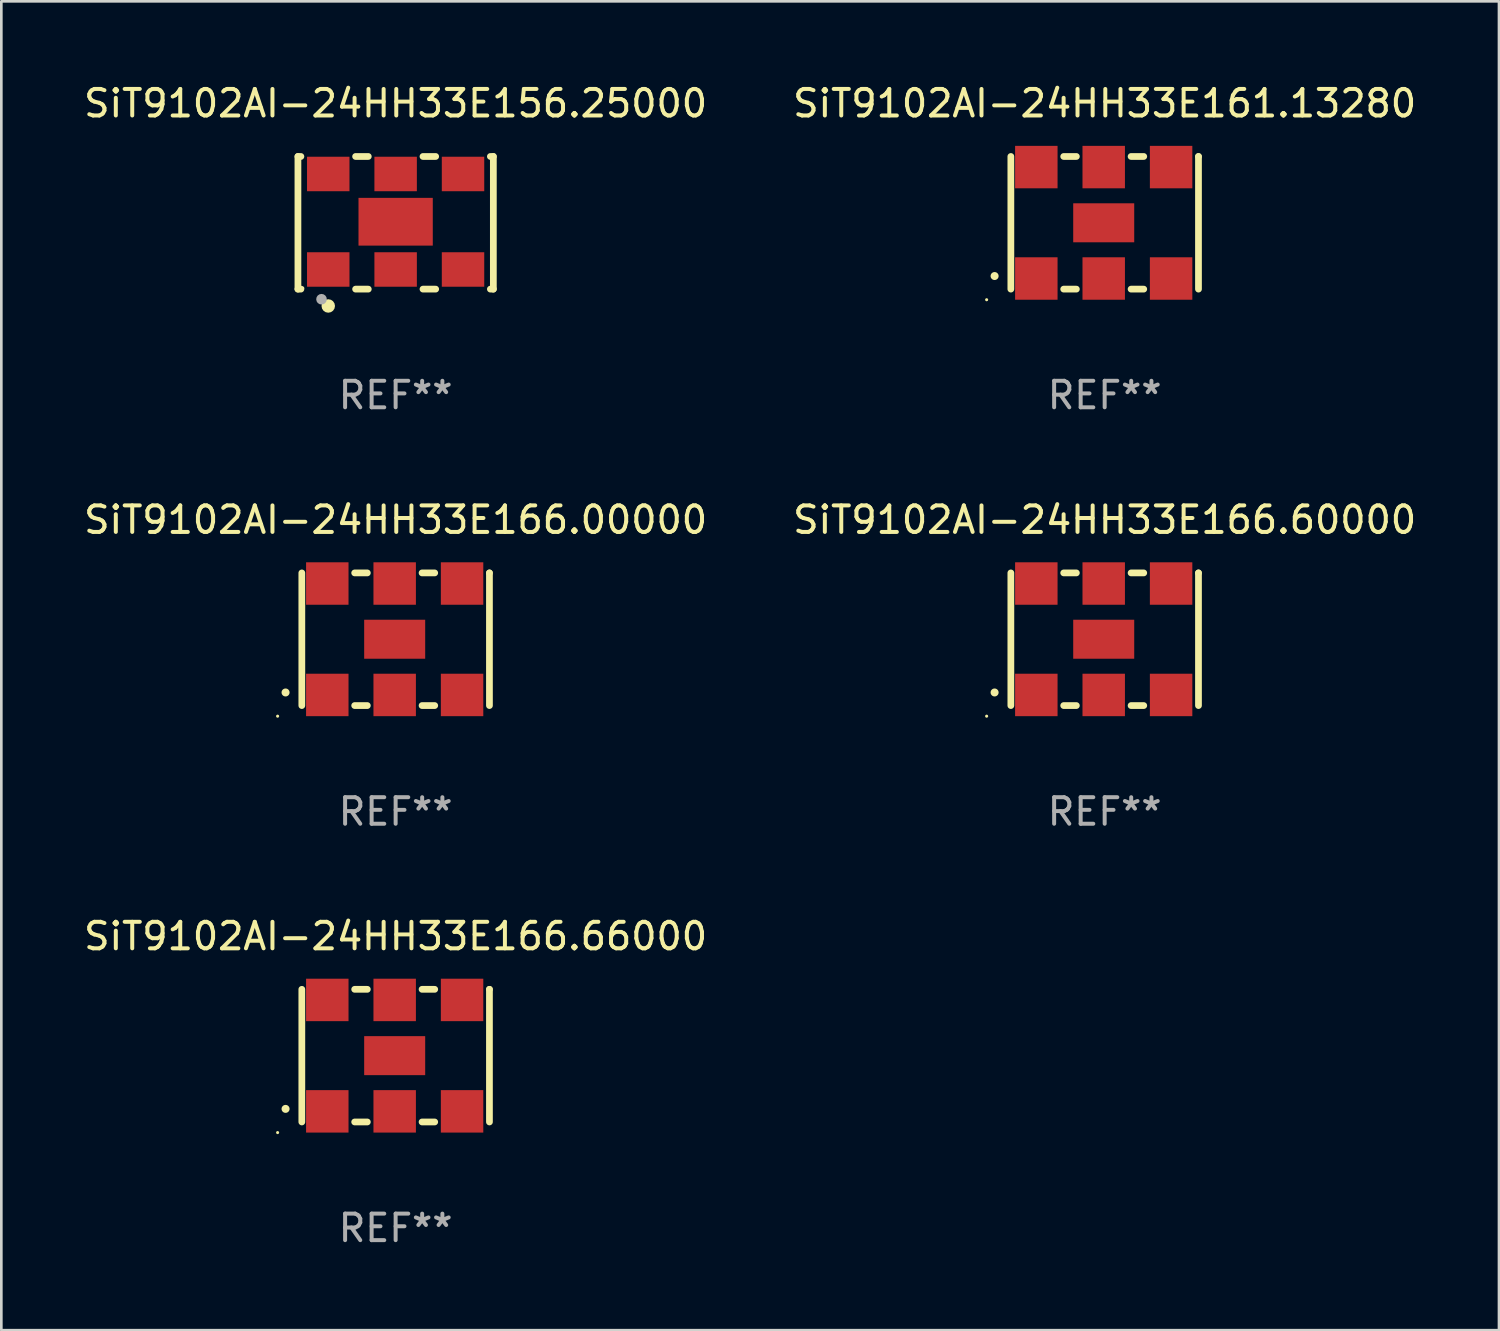
<source format=kicad_pcb>
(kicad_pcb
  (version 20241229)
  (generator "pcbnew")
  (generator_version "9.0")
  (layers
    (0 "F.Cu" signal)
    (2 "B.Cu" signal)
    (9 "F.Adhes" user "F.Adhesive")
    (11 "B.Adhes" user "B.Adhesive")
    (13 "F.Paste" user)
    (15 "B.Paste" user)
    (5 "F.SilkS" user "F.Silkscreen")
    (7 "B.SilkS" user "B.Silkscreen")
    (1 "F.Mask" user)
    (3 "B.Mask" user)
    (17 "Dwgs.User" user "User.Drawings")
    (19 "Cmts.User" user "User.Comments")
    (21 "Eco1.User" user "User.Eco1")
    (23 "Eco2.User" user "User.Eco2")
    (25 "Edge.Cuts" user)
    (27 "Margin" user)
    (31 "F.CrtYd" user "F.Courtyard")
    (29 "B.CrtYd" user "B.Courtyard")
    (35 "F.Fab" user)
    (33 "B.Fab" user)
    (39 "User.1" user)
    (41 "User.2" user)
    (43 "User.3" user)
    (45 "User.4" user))
  (footprint "SiT9102AI-24HH33E166.60000"
    (layer "F.Cu")
    (at 38.589 21.045)
    (property "Reference" "SiT9102AI-24HH33E166.60000" (at 0 -4.5 0) (layer "F.SilkS") (effects (font (size 1 1) (thickness 0.15))))
    (attr through_hole)
    (fp_line (start -3.536 -2.5) (end -3.536 2.5) (stroke (width 0.254) (type solid)) (layer "F.SilkS"))
    (fp_line (start -1.544 2.5) (end -1.067 2.5) (stroke (width 0.254) (type solid)) (layer "F.SilkS"))
    (fp_line (start -1.067 -2.5) (end -1.544 -2.5) (stroke (width 0.254) (type solid)) (layer "F.SilkS"))
    (fp_line (start 0.996 2.5) (end 1.473 2.5) (stroke (width 0.254) (type solid)) (layer "F.SilkS"))
    (fp_line (start 1.473 -2.5) (end 0.996 -2.5) (stroke (width 0.254) (type solid)) (layer "F.SilkS"))
    (fp_line (start 3.536 -2.5) (end 3.536 -2.5) (stroke (width 0.254) (type solid)) (layer "F.SilkS"))
    (fp_line (start 3.536 2.5) (end 3.536 -2.5) (stroke (width 0.254) (type solid)) (layer "F.SilkS"))
    (fp_arc (start -4.150432 2.006604) (mid -4.149162 2.006599) (end -4.147892 2.006604) (stroke (width 0.3) (type solid)) (layer "F.SilkS"))
    (fp_circle (center -4.449 2.9) (end -4.419 2.9) (stroke (width 0.06) (type solid)) (fill no) (layer "F.SilkS"))
    (fp_text user "REF**" (at 0 6.5 0) (layer "F.Fab") (effects (font (size 1 1) (thickness 0.15))))
    (pad "1" smd rect (at -2.576 2.1) (size 1.6 1.6) (layers "F.Cu" "F.Mask" "F.Paste"))
    (pad "2" smd rect (at -0.036 2.1) (size 1.6 1.6) (layers "F.Cu" "F.Mask" "F.Paste"))
    (pad "3" smd rect (at 2.504 2.1) (size 1.6 1.6) (layers "F.Cu" "F.Mask" "F.Paste"))
    (pad "4" smd rect (at 2.504 -2.1) (size 1.6 1.6) (layers "F.Cu" "F.Mask" "F.Paste"))
    (pad "5" smd rect (at -0.036 -2.1) (size 1.6 1.6) (layers "F.Cu" "F.Mask" "F.Paste"))
    (pad "6" smd rect (at -2.576 -2.1) (size 1.6 1.6) (layers "F.Cu" "F.Mask" "F.Paste"))
    (pad "7" smd rect (at -0.036 0) (size 2.3 1.47) (layers "F.Cu" "F.Mask" "F.Paste")))
  (footprint "SiT9102AI-24HH33E166.66000"
    (layer "F.Cu")
    (at 11.863 36.741)
    (property "Reference" "SiT9102AI-24HH33E166.66000" (at 0 -4.5 0) (layer "F.SilkS") (effects (font (size 1 1) (thickness 0.15))))
    (attr through_hole)
    (fp_line (start -3.536 -2.5) (end -3.536 2.5) (stroke (width 0.254) (type solid)) (layer "F.SilkS"))
    (fp_line (start -1.544 2.5) (end -1.067 2.5) (stroke (width 0.254) (type solid)) (layer "F.SilkS"))
    (fp_line (start -1.067 -2.5) (end -1.544 -2.5) (stroke (width 0.254) (type solid)) (layer "F.SilkS"))
    (fp_line (start 0.996 2.5) (end 1.473 2.5) (stroke (width 0.254) (type solid)) (layer "F.SilkS"))
    (fp_line (start 1.473 -2.5) (end 0.996 -2.5) (stroke (width 0.254) (type solid)) (layer "F.SilkS"))
    (fp_line (start 3.536 -2.5) (end 3.536 -2.5) (stroke (width 0.254) (type solid)) (layer "F.SilkS"))
    (fp_line (start 3.536 2.5) (end 3.536 -2.5) (stroke (width 0.254) (type solid)) (layer "F.SilkS"))
    (fp_arc (start -4.150432 2.006604) (mid -4.149162 2.006599) (end -4.147892 2.006604) (stroke (width 0.3) (type solid)) (layer "F.SilkS"))
    (fp_circle (center -4.449 2.9) (end -4.419 2.9) (stroke (width 0.06) (type solid)) (fill no) (layer "F.SilkS"))
    (fp_text user "REF**" (at 0 6.5 0) (layer "F.Fab") (effects (font (size 1 1) (thickness 0.15))))
    (pad "1" smd rect (at -2.576 2.1) (size 1.6 1.6) (layers "F.Cu" "F.Mask" "F.Paste"))
    (pad "2" smd rect (at -0.036 2.1) (size 1.6 1.6) (layers "F.Cu" "F.Mask" "F.Paste"))
    (pad "3" smd rect (at 2.504 2.1) (size 1.6 1.6) (layers "F.Cu" "F.Mask" "F.Paste"))
    (pad "4" smd rect (at 2.504 -2.1) (size 1.6 1.6) (layers "F.Cu" "F.Mask" "F.Paste"))
    (pad "5" smd rect (at -0.036 -2.1) (size 1.6 1.6) (layers "F.Cu" "F.Mask" "F.Paste"))
    (pad "6" smd rect (at -2.576 -2.1) (size 1.6 1.6) (layers "F.Cu" "F.Mask" "F.Paste"))
    (pad "7" smd rect (at -0.036 0) (size 2.3 1.47) (layers "F.Cu" "F.Mask" "F.Paste")))
  (footprint "SiT9102AI-24HH33E161.13280"
    (layer "F.Cu")
    (at 38.589 5.348)
    (property "Reference" "SiT9102AI-24HH33E161.13280" (at 0 -4.5 0) (layer "F.SilkS") (effects (font (size 1 1) (thickness 0.15))))
    (attr through_hole)
    (fp_line (start -3.536 -2.5) (end -3.536 2.5) (stroke (width 0.254) (type solid)) (layer "F.SilkS"))
    (fp_line (start -1.544 2.5) (end -1.067 2.5) (stroke (width 0.254) (type solid)) (layer "F.SilkS"))
    (fp_line (start -1.067 -2.5) (end -1.544 -2.5) (stroke (width 0.254) (type solid)) (layer "F.SilkS"))
    (fp_line (start 0.996 2.5) (end 1.473 2.5) (stroke (width 0.254) (type solid)) (layer "F.SilkS"))
    (fp_line (start 1.473 -2.5) (end 0.996 -2.5) (stroke (width 0.254) (type solid)) (layer "F.SilkS"))
    (fp_line (start 3.536 -2.5) (end 3.536 -2.5) (stroke (width 0.254) (type solid)) (layer "F.SilkS"))
    (fp_line (start 3.536 2.5) (end 3.536 -2.5) (stroke (width 0.254) (type solid)) (layer "F.SilkS"))
    (fp_arc (start -4.150432 2.006604) (mid -4.149162 2.006599) (end -4.147892 2.006604) (stroke (width 0.3) (type solid)) (layer "F.SilkS"))
    (fp_circle (center -4.449 2.9) (end -4.419 2.9) (stroke (width 0.06) (type solid)) (fill no) (layer "F.SilkS"))
    (fp_text user "REF**" (at 0 6.5 0) (layer "F.Fab") (effects (font (size 1 1) (thickness 0.15))))
    (pad "1" smd rect (at -2.576 2.1) (size 1.6 1.6) (layers "F.Cu" "F.Mask" "F.Paste"))
    (pad "2" smd rect (at -0.036 2.1) (size 1.6 1.6) (layers "F.Cu" "F.Mask" "F.Paste"))
    (pad "3" smd rect (at 2.504 2.1) (size 1.6 1.6) (layers "F.Cu" "F.Mask" "F.Paste"))
    (pad "4" smd rect (at 2.504 -2.1) (size 1.6 1.6) (layers "F.Cu" "F.Mask" "F.Paste"))
    (pad "5" smd rect (at -0.036 -2.1) (size 1.6 1.6) (layers "F.Cu" "F.Mask" "F.Paste"))
    (pad "6" smd rect (at -2.576 -2.1) (size 1.6 1.6) (layers "F.Cu" "F.Mask" "F.Paste"))
    (pad "7" smd rect (at -0.036 0) (size 2.3 1.47) (layers "F.Cu" "F.Mask" "F.Paste")))
  (footprint "SiT9102AI-24HH33E166.00000"
    (layer "F.Cu")
    (at 11.863 21.045)
    (property "Reference" "SiT9102AI-24HH33E166.00000" (at 0 -4.5 0) (layer "F.SilkS") (effects (font (size 1 1) (thickness 0.15))))
    (attr through_hole)
    (fp_line (start -3.536 -2.5) (end -3.536 2.5) (stroke (width 0.254) (type solid)) (layer "F.SilkS"))
    (fp_line (start -1.544 2.5) (end -1.067 2.5) (stroke (width 0.254) (type solid)) (layer "F.SilkS"))
    (fp_line (start -1.067 -2.5) (end -1.544 -2.5) (stroke (width 0.254) (type solid)) (layer "F.SilkS"))
    (fp_line (start 0.996 2.5) (end 1.473 2.5) (stroke (width 0.254) (type solid)) (layer "F.SilkS"))
    (fp_line (start 1.473 -2.5) (end 0.996 -2.5) (stroke (width 0.254) (type solid)) (layer "F.SilkS"))
    (fp_line (start 3.536 -2.5) (end 3.536 -2.5) (stroke (width 0.254) (type solid)) (layer "F.SilkS"))
    (fp_line (start 3.536 2.5) (end 3.536 -2.5) (stroke (width 0.254) (type solid)) (layer "F.SilkS"))
    (fp_arc (start -4.150432 2.006604) (mid -4.149162 2.006599) (end -4.147892 2.006604) (stroke (width 0.3) (type solid)) (layer "F.SilkS"))
    (fp_circle (center -4.449 2.9) (end -4.419 2.9) (stroke (width 0.06) (type solid)) (fill no) (layer "F.SilkS"))
    (fp_text user "REF**" (at 0 6.5 0) (layer "F.Fab") (effects (font (size 1 1) (thickness 0.15))))
    (pad "1" smd rect (at -2.576 2.1) (size 1.6 1.6) (layers "F.Cu" "F.Mask" "F.Paste"))
    (pad "2" smd rect (at -0.036 2.1) (size 1.6 1.6) (layers "F.Cu" "F.Mask" "F.Paste"))
    (pad "3" smd rect (at 2.504 2.1) (size 1.6 1.6) (layers "F.Cu" "F.Mask" "F.Paste"))
    (pad "4" smd rect (at 2.504 -2.1) (size 1.6 1.6) (layers "F.Cu" "F.Mask" "F.Paste"))
    (pad "5" smd rect (at -0.036 -2.1) (size 1.6 1.6) (layers "F.Cu" "F.Mask" "F.Paste"))
    (pad "6" smd rect (at -2.576 -2.1) (size 1.6 1.6) (layers "F.Cu" "F.Mask" "F.Paste"))
    (pad "7" smd rect (at -0.036 0) (size 2.3 1.47) (layers "F.Cu" "F.Mask" "F.Paste")))
  (footprint "SiT9102AI-24HH33E156.25000"
    (layer "F.Cu")
    (at 11.863 5.348)
    (property "Reference" "SiT9102AI-24HH33E156.25000" (at 0 -4.5 0) (layer "F.SilkS") (effects (font (size 1 1) (thickness 0.15))))
    (attr through_hole)
    (fp_line (start -3.683 -2.5) (end -3.571 -2.5) (stroke (width 0.254) (type solid)) (layer "F.SilkS"))
    (fp_line (start -3.683 2.5) (end -3.683 -2.5) (stroke (width 0.254) (type solid)) (layer "F.SilkS"))
    (fp_line (start -3.683 2.5) (end -3.571 2.5) (stroke (width 0.254) (type solid)) (layer "F.SilkS"))
    (fp_line (start -1.509 -2.5) (end -1.031 -2.5) (stroke (width 0.254) (type solid)) (layer "F.SilkS"))
    (fp_line (start -1.509 2.5) (end -1.031 2.5) (stroke (width 0.254) (type solid)) (layer "F.SilkS"))
    (fp_line (start 1.031 -2.5) (end 1.509 -2.5) (stroke (width 0.254) (type solid)) (layer "F.SilkS"))
    (fp_line (start 1.031 2.5) (end 1.509 2.5) (stroke (width 0.254) (type solid)) (layer "F.SilkS"))
    (fp_line (start 3.571 -2.5) (end 3.683 -2.5) (stroke (width 0.254) (type solid)) (layer "F.SilkS"))
    (fp_line (start 3.571 2.5) (end 3.683 2.5) (stroke (width 0.254) (type solid)) (layer "F.SilkS"))
    (fp_line (start 3.683 2.5) (end 3.683 -2.5) (stroke (width 0.254) (type solid)) (layer "F.SilkS"))
    (fp_circle (center -3.5 2.46) (end -3.47 2.46) (stroke (width 0.06) (type solid)) (fill no) (layer "F.SilkS"))
    (fp_circle (center -2.54 3.135) (end -2.413 3.135) (stroke (width 0.254) (type solid)) (fill no) (layer "F.SilkS"))
    (fp_circle (center -2.794 2.881) (end -2.694 2.881) (stroke (width 0.2) (type solid)) (fill no) (layer "F.Fab"))
    (fp_text user "REF**" (at 0 6.5 0) (layer "F.Fab") (effects (font (size 1 1) (thickness 0.15))))
    (pad "1" smd rect (at -2.54 1.76) (size 1.6 1.3) (layers "F.Cu" "F.Mask" "F.Paste"))
    (pad "2" smd rect (at 0 1.76) (size 1.6 1.3) (layers "F.Cu" "F.Mask" "F.Paste"))
    (pad "3" smd rect (at 2.54 1.76) (size 1.6 1.3) (layers "F.Cu" "F.Mask" "F.Paste"))
    (pad "4" smd rect (at 2.54 -1.84) (size 1.6 1.3) (layers "F.Cu" "F.Mask" "F.Paste"))
    (pad "5" smd rect (at 0 -1.84) (size 1.6 1.3) (layers "F.Cu" "F.Mask" "F.Paste"))
    (pad "6" smd rect (at -2.54 -1.84) (size 1.6 1.3) (layers "F.Cu" "F.Mask" "F.Paste"))
    (pad "7" smd rect (at 0 -0.04) (size 2.8 1.8) (layers "F.Cu" "F.Mask" "F.Paste")))
  (gr_rect
    (start -3 -3)
    (end 53.452 47.09)
    (stroke (width 0.1) (type default))
    (fill no)
    (layer "Edge.Cuts")))
</source>
